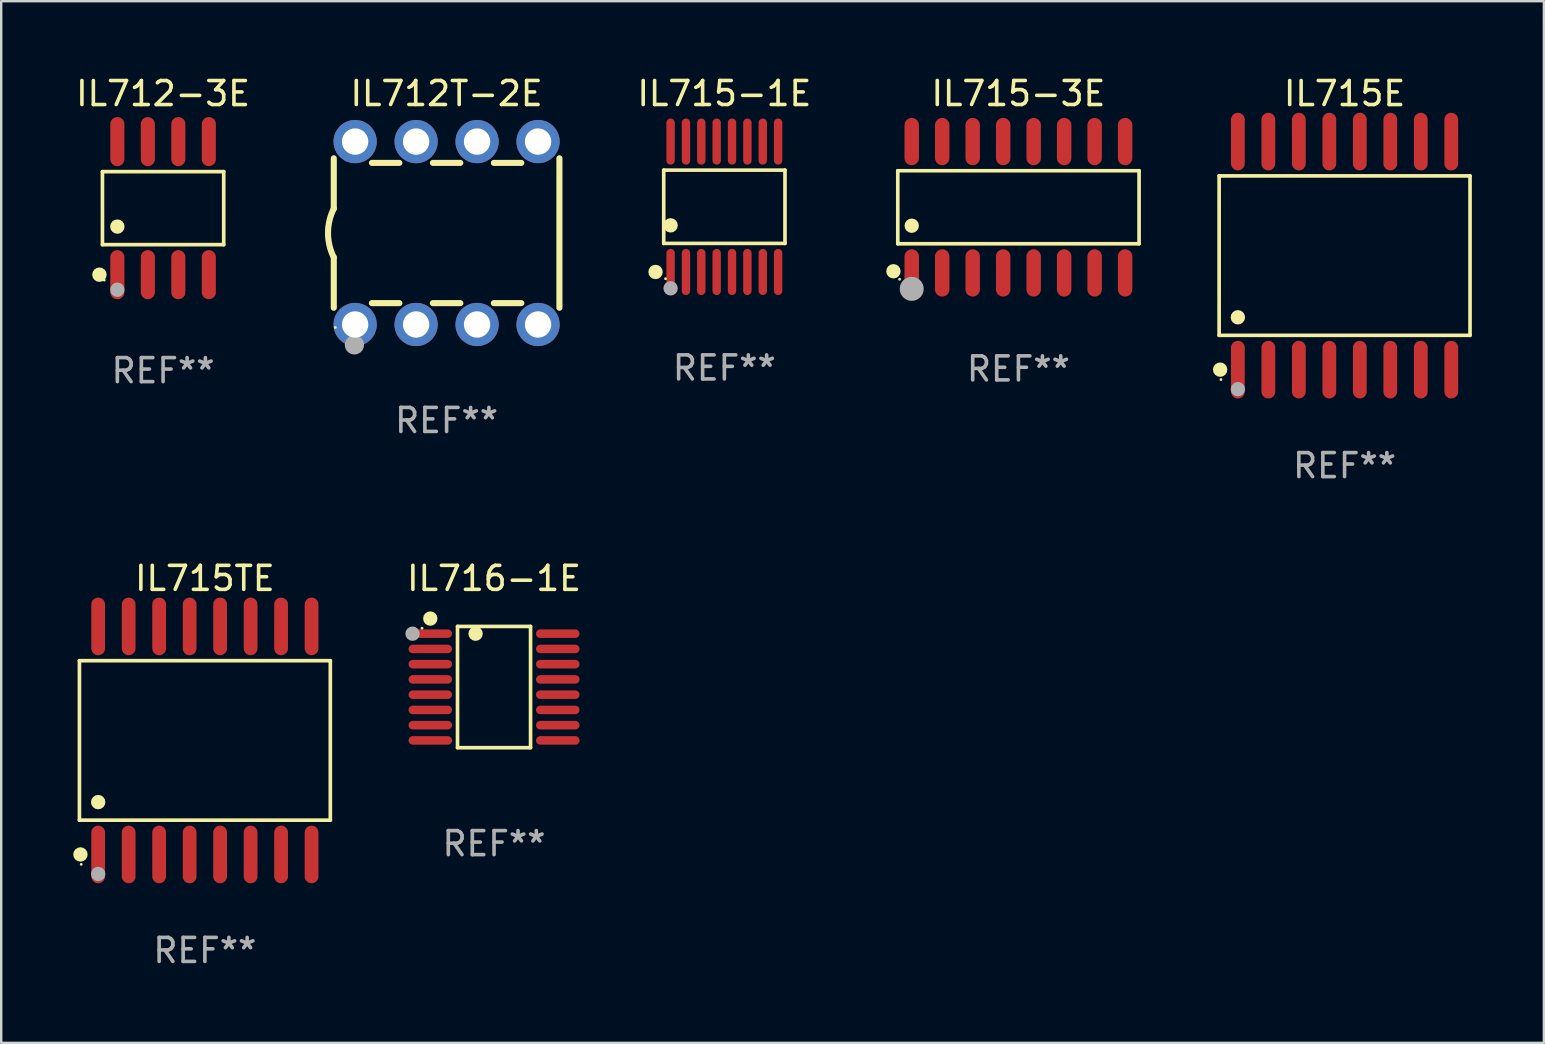
<source format=kicad_pcb>
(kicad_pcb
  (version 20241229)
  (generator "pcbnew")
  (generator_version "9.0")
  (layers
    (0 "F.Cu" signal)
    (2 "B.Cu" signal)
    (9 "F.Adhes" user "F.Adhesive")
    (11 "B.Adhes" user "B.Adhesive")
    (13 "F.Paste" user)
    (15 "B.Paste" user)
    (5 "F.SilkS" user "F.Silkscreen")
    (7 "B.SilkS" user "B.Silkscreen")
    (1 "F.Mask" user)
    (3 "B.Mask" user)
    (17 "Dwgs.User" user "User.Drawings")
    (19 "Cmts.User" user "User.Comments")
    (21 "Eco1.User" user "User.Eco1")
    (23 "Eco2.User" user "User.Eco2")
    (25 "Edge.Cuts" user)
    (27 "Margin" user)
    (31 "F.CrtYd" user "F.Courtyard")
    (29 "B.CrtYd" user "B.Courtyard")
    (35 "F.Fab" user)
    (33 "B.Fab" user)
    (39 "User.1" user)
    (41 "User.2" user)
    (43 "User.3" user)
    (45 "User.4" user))
  (footprint "IL715TE"
    (layer "F.Cu")
    (at 5.485 27.796)
    (property "Reference" "IL715TE" (at 0 -6.75 0) (layer "F.SilkS") (effects (font (size 1 1) (thickness 0.15))))
    (attr through_hole)
    (fp_line (start -5.226 -3.321) (end 5.226 -3.321) (stroke (width 0.152) (type solid)) (layer "F.SilkS"))
    (fp_line (start -5.226 3.321) (end -5.226 -3.321) (stroke (width 0.152) (type solid)) (layer "F.SilkS"))
    (fp_line (start 5.226 -3.321) (end 5.226 3.321) (stroke (width 0.152) (type solid)) (layer "F.SilkS"))
    (fp_line (start 5.226 3.321) (end -5.226 3.321) (stroke (width 0.152) (type solid)) (layer "F.SilkS"))
    (fp_circle (center -5.184 4.75) (end -5.034 4.75) (stroke (width 0.3) (type solid)) (fill no) (layer "F.SilkS"))
    (fp_circle (center -5.15 5.163) (end -5.12 5.163) (stroke (width 0.06) (type solid)) (fill no) (layer "F.SilkS"))
    (fp_circle (center -4.445 2.569) (end -4.295 2.569) (stroke (width 0.3) (type solid)) (fill no) (layer "F.SilkS"))
    (fp_circle (center -4.445 5.563) (end -4.295 5.563) (stroke (width 0.3) (type solid)) (fill no) (layer "F.Fab"))
    (fp_text user "REF**" (at 0 8.75 0) (layer "F.Fab") (effects (font (size 1 1) (thickness 0.15))))
    (pad "1" smd oval (at -4.445 4.75) (size 0.574 2.401) (layers "F.Cu" "F.Mask" "F.Paste"))
    (pad "2" smd oval (at -3.175 4.75) (size 0.574 2.401) (layers "F.Cu" "F.Mask" "F.Paste"))
    (pad "3" smd oval (at -1.905 4.75) (size 0.574 2.401) (layers "F.Cu" "F.Mask" "F.Paste"))
    (pad "4" smd oval (at -0.635 4.75) (size 0.574 2.401) (layers "F.Cu" "F.Mask" "F.Paste"))
    (pad "5" smd oval (at 0.635 4.75) (size 0.574 2.401) (layers "F.Cu" "F.Mask" "F.Paste"))
    (pad "6" smd oval (at 1.905 4.75) (size 0.574 2.401) (layers "F.Cu" "F.Mask" "F.Paste"))
    (pad "7" smd oval (at 3.175 4.75) (size 0.574 2.401) (layers "F.Cu" "F.Mask" "F.Paste"))
    (pad "8" smd oval (at 4.445 4.75) (size 0.574 2.401) (layers "F.Cu" "F.Mask" "F.Paste"))
    (pad "9" smd oval (at 4.445 -4.75) (size 0.574 2.401) (layers "F.Cu" "F.Mask" "F.Paste"))
    (pad "10" smd oval (at 3.175 -4.75) (size 0.574 2.401) (layers "F.Cu" "F.Mask" "F.Paste"))
    (pad "11" smd oval (at 1.905 -4.75) (size 0.574 2.401) (layers "F.Cu" "F.Mask" "F.Paste"))
    (pad "12" smd oval (at 0.635 -4.75) (size 0.574 2.401) (layers "F.Cu" "F.Mask" "F.Paste"))
    (pad "13" smd oval (at -0.635 -4.75) (size 0.574 2.401) (layers "F.Cu" "F.Mask" "F.Paste"))
    (pad "14" smd oval (at -1.905 -4.75) (size 0.574 2.401) (layers "F.Cu" "F.Mask" "F.Paste"))
    (pad "15" smd oval (at -3.175 -4.75) (size 0.574 2.401) (layers "F.Cu" "F.Mask" "F.Paste"))
    (pad "16" smd oval (at -4.445 -4.75) (size 0.574 2.401) (layers "F.Cu" "F.Mask" "F.Paste")))
  (footprint "IL716-1E"
    (layer "F.Cu")
    (at 17.531 25.572)
    (property "Reference" "IL716-1E" (at 0 -4.526 0) (layer "F.SilkS") (effects (font (size 1 1) (thickness 0.15))))
    (attr through_hole)
    (fp_line (start -1.521 -2.526) (end 1.521 -2.526) (stroke (width 0.152) (type solid)) (layer "F.SilkS"))
    (fp_line (start -1.521 2.526) (end -1.521 -2.526) (stroke (width 0.152) (type solid)) (layer "F.SilkS"))
    (fp_line (start 1.521 -2.526) (end 1.521 2.526) (stroke (width 0.152) (type solid)) (layer "F.SilkS"))
    (fp_line (start 1.521 2.526) (end -1.521 2.526) (stroke (width 0.152) (type solid)) (layer "F.SilkS"))
    (fp_circle (center -3 -2.45) (end -2.97 -2.45) (stroke (width 0.06) (type solid)) (fill no) (layer "F.SilkS"))
    (fp_circle (center -2.656 -2.853) (end -2.506 -2.853) (stroke (width 0.3) (type solid)) (fill no) (layer "F.SilkS"))
    (fp_circle (center -0.769 -2.223) (end -0.619 -2.223) (stroke (width 0.3) (type solid)) (fill no) (layer "F.SilkS"))
    (fp_circle (center -3.395 -2.223) (end -3.245 -2.223) (stroke (width 0.3) (type solid)) (fill no) (layer "F.Fab"))
    (fp_text user "REF**" (at 0 6.526 0) (layer "F.Fab") (effects (font (size 1 1) (thickness 0.15))))
    (pad "1" smd oval (at -2.656 -2.223 270) (size 0.356 1.813) (layers "F.Cu" "F.Mask" "F.Paste"))
    (pad "2" smd oval (at -2.656 -1.588 270) (size 0.356 1.813) (layers "F.Cu" "F.Mask" "F.Paste"))
    (pad "3" smd oval (at -2.656 -0.953 270) (size 0.356 1.813) (layers "F.Cu" "F.Mask" "F.Paste"))
    (pad "4" smd oval (at -2.656 -0.318 270) (size 0.356 1.813) (layers "F.Cu" "F.Mask" "F.Paste"))
    (pad "5" smd oval (at -2.656 0.318 270) (size 0.356 1.813) (layers "F.Cu" "F.Mask" "F.Paste"))
    (pad "6" smd oval (at -2.656 0.953 270) (size 0.356 1.813) (layers "F.Cu" "F.Mask" "F.Paste"))
    (pad "7" smd oval (at -2.656 1.588 270) (size 0.356 1.813) (layers "F.Cu" "F.Mask" "F.Paste"))
    (pad "8" smd oval (at -2.656 2.223 270) (size 0.356 1.813) (layers "F.Cu" "F.Mask" "F.Paste"))
    (pad "9" smd oval (at 2.656 2.223 270) (size 0.356 1.813) (layers "F.Cu" "F.Mask" "F.Paste"))
    (pad "10" smd oval (at 2.656 1.588 270) (size 0.356 1.813) (layers "F.Cu" "F.Mask" "F.Paste"))
    (pad "11" smd oval (at 2.656 0.953 270) (size 0.356 1.813) (layers "F.Cu" "F.Mask" "F.Paste"))
    (pad "12" smd oval (at 2.656 0.318 270) (size 0.356 1.813) (layers "F.Cu" "F.Mask" "F.Paste"))
    (pad "13" smd oval (at 2.656 -0.318 270) (size 0.356 1.813) (layers "F.Cu" "F.Mask" "F.Paste"))
    (pad "14" smd oval (at 2.656 -0.953 270) (size 0.356 1.813) (layers "F.Cu" "F.Mask" "F.Paste"))
    (pad "15" smd oval (at 2.656 -1.588 270) (size 0.356 1.813) (layers "F.Cu" "F.Mask" "F.Paste"))
    (pad "16" smd oval (at 2.656 -2.223 270) (size 0.356 1.813) (layers "F.Cu" "F.Mask" "F.Paste")))
  (footprint "IL712T-2E"
    (layer "F.Cu")
    (at 15.555 6.658)
    (property "Reference" "IL712T-2E" (at 0 -5.81 0) (layer "F.SilkS") (effects (font (size 1 1) (thickness 0.15))))
    (attr through_hole)
    (fp_line (start -4.7 -1.017) (end -4.7 -3.113) (stroke (width 0.254) (type solid)) (layer "F.SilkS"))
    (fp_line (start -4.7 1.015) (end -4.7 3.113) (stroke (width 0.254) (type solid)) (layer "F.SilkS"))
    (fp_line (start -3.113 2.92) (end -1.967 2.92) (stroke (width 0.254) (type solid)) (layer "F.SilkS"))
    (fp_line (start -3.111 -2.922) (end -1.969 -2.922) (stroke (width 0.254) (type solid)) (layer "F.SilkS"))
    (fp_line (start -0.573 2.92) (end 0.573 2.92) (stroke (width 0.254) (type solid)) (layer "F.SilkS"))
    (fp_line (start -0.571 -2.922) (end 0.571 -2.922) (stroke (width 0.254) (type solid)) (layer "F.SilkS"))
    (fp_line (start 1.967 2.92) (end 3.113 2.92) (stroke (width 0.254) (type solid)) (layer "F.SilkS"))
    (fp_line (start 1.969 -2.922) (end 3.111 -2.922) (stroke (width 0.254) (type solid)) (layer "F.SilkS"))
    (fp_line (start 4.7 -3.113) (end 4.7 3.113) (stroke (width 0.254) (type solid)) (layer "F.SilkS"))
    (fp_arc (start -4.7 1.01524) (mid -4.939846 -0.000762) (end -4.7 -1.016764) (stroke (width 0.254001) (type solid)) (layer "F.SilkS"))
    (fp_circle (center -4.636 3.935) (end -4.606 3.935) (stroke (width 0.06) (type solid)) (fill no) (layer "F.SilkS"))
    (fp_circle (center -3.84 4.66) (end -3.64 4.66) (stroke (width 0.4) (type solid)) (fill no) (layer "F.Fab"))
    (fp_text user "REF**" (at 0 7.81 0) (layer "F.Fab") (effects (font (size 1 1) (thickness 0.15))))
    (pad "1" thru_hole circle (at -3.81 3.81) (size 1.8 1.8) (drill 1.1) (layers "*.Cu" "*.Mask"))
    (pad "2" thru_hole circle (at -1.27 3.81) (size 1.8 1.8) (drill 1.1) (layers "*.Cu" "*.Mask"))
    (pad "3" thru_hole circle (at 1.27 3.81) (size 1.8 1.8) (drill 1.1) (layers "*.Cu" "*.Mask"))
    (pad "4" thru_hole circle (at 3.81 3.81) (size 1.8 1.8) (drill 1.1) (layers "*.Cu" "*.Mask"))
    (pad "5" thru_hole circle (at 3.81 -3.81) (size 1.8 1.8) (drill 1.1) (layers "*.Cu" "*.Mask"))
    (pad "6" thru_hole circle (at 1.27 -3.81) (size 1.8 1.8) (drill 1.1) (layers "*.Cu" "*.Mask"))
    (pad "7" thru_hole circle (at -1.27 -3.81) (size 1.8 1.8) (drill 1.1) (layers "*.Cu" "*.Mask"))
    (pad "8" thru_hole circle (at -3.81 -3.81) (size 1.8 1.8) (drill 1.1) (layers "*.Cu" "*.Mask")))
  (footprint "IL715E"
    (layer "F.Cu")
    (at 52.964 7.599)
    (property "Reference" "IL715E" (at 0 -6.75 0) (layer "F.SilkS") (effects (font (size 1 1) (thickness 0.15))))
    (attr through_hole)
    (fp_line (start -5.226 -3.321) (end 5.226 -3.321) (stroke (width 0.152) (type solid)) (layer "F.SilkS"))
    (fp_line (start -5.226 3.321) (end -5.226 -3.321) (stroke (width 0.152) (type solid)) (layer "F.SilkS"))
    (fp_line (start 5.226 -3.321) (end 5.226 3.321) (stroke (width 0.152) (type solid)) (layer "F.SilkS"))
    (fp_line (start 5.226 3.321) (end -5.226 3.321) (stroke (width 0.152) (type solid)) (layer "F.SilkS"))
    (fp_circle (center -5.184 4.75) (end -5.034 4.75) (stroke (width 0.3) (type solid)) (fill no) (layer "F.SilkS"))
    (fp_circle (center -5.15 5.163) (end -5.12 5.163) (stroke (width 0.06) (type solid)) (fill no) (layer "F.SilkS"))
    (fp_circle (center -4.445 2.569) (end -4.295 2.569) (stroke (width 0.3) (type solid)) (fill no) (layer "F.SilkS"))
    (fp_circle (center -4.445 5.563) (end -4.295 5.563) (stroke (width 0.3) (type solid)) (fill no) (layer "F.Fab"))
    (fp_text user "REF**" (at 0 8.75 0) (layer "F.Fab") (effects (font (size 1 1) (thickness 0.15))))
    (pad "1" smd oval (at -4.445 4.75) (size 0.574 2.401) (layers "F.Cu" "F.Mask" "F.Paste"))
    (pad "2" smd oval (at -3.175 4.75) (size 0.574 2.401) (layers "F.Cu" "F.Mask" "F.Paste"))
    (pad "3" smd oval (at -1.905 4.75) (size 0.574 2.401) (layers "F.Cu" "F.Mask" "F.Paste"))
    (pad "4" smd oval (at -0.635 4.75) (size 0.574 2.401) (layers "F.Cu" "F.Mask" "F.Paste"))
    (pad "5" smd oval (at 0.635 4.75) (size 0.574 2.401) (layers "F.Cu" "F.Mask" "F.Paste"))
    (pad "6" smd oval (at 1.905 4.75) (size 0.574 2.401) (layers "F.Cu" "F.Mask" "F.Paste"))
    (pad "7" smd oval (at 3.175 4.75) (size 0.574 2.401) (layers "F.Cu" "F.Mask" "F.Paste"))
    (pad "8" smd oval (at 4.445 4.75) (size 0.574 2.401) (layers "F.Cu" "F.Mask" "F.Paste"))
    (pad "9" smd oval (at 4.445 -4.75) (size 0.574 2.401) (layers "F.Cu" "F.Mask" "F.Paste"))
    (pad "10" smd oval (at 3.175 -4.75) (size 0.574 2.401) (layers "F.Cu" "F.Mask" "F.Paste"))
    (pad "11" smd oval (at 1.905 -4.75) (size 0.574 2.401) (layers "F.Cu" "F.Mask" "F.Paste"))
    (pad "12" smd oval (at 0.635 -4.75) (size 0.574 2.401) (layers "F.Cu" "F.Mask" "F.Paste"))
    (pad "13" smd oval (at -0.635 -4.75) (size 0.574 2.401) (layers "F.Cu" "F.Mask" "F.Paste"))
    (pad "14" smd oval (at -1.905 -4.75) (size 0.574 2.401) (layers "F.Cu" "F.Mask" "F.Paste"))
    (pad "15" smd oval (at -3.175 -4.75) (size 0.574 2.401) (layers "F.Cu" "F.Mask" "F.Paste"))
    (pad "16" smd oval (at -4.445 -4.75) (size 0.574 2.401) (layers "F.Cu" "F.Mask" "F.Paste")))
  (footprint "IL715-3E"
    (layer "F.Cu")
    (at 39.377 5.584)
    (property "Reference" "IL715-3E" (at 0 -4.736 0) (layer "F.SilkS") (effects (font (size 1 1) (thickness 0.15))))
    (attr through_hole)
    (fp_line (start -5.026 -1.521) (end 5.026 -1.521) (stroke (width 0.152) (type solid)) (layer "F.SilkS"))
    (fp_line (start -5.026 1.521) (end -5.026 -1.521) (stroke (width 0.152) (type solid)) (layer "F.SilkS"))
    (fp_line (start 5.026 -1.521) (end 5.026 1.521) (stroke (width 0.152) (type solid)) (layer "F.SilkS"))
    (fp_line (start 5.026 1.521) (end -5.026 1.521) (stroke (width 0.152) (type solid)) (layer "F.SilkS"))
    (fp_circle (center -5.207 2.667) (end -5.057 2.667) (stroke (width 0.3) (type solid)) (fill no) (layer "F.SilkS"))
    (fp_circle (center -4.95 3) (end -4.92 3) (stroke (width 0.06) (type solid)) (fill no) (layer "F.SilkS"))
    (fp_circle (center -4.445 0.769) (end -4.295 0.769) (stroke (width 0.3) (type solid)) (fill no) (layer "F.SilkS"))
    (fp_circle (center -4.445 3.4) (end -4.195 3.4) (stroke (width 0.5) (type solid)) (fill no) (layer "F.Fab"))
    (fp_text user "REF**" (at 0 6.736 0) (layer "F.Fab") (effects (font (size 1 1) (thickness 0.15))))
    (pad "1" smd oval (at -4.445 2.736) (size 0.602 1.971) (layers "F.Cu" "F.Mask" "F.Paste"))
    (pad "2" smd oval (at -3.175 2.736) (size 0.602 1.971) (layers "F.Cu" "F.Mask" "F.Paste"))
    (pad "3" smd oval (at -1.905 2.736) (size 0.602 1.971) (layers "F.Cu" "F.Mask" "F.Paste"))
    (pad "4" smd oval (at -0.635 2.736) (size 0.602 1.971) (layers "F.Cu" "F.Mask" "F.Paste"))
    (pad "5" smd oval (at 0.635 2.736) (size 0.602 1.971) (layers "F.Cu" "F.Mask" "F.Paste"))
    (pad "6" smd oval (at 1.905 2.736) (size 0.602 1.971) (layers "F.Cu" "F.Mask" "F.Paste"))
    (pad "7" smd oval (at 3.175 2.736) (size 0.602 1.971) (layers "F.Cu" "F.Mask" "F.Paste"))
    (pad "8" smd oval (at 4.445 2.736) (size 0.602 1.971) (layers "F.Cu" "F.Mask" "F.Paste"))
    (pad "9" smd oval (at 4.445 -2.736) (size 0.602 1.971) (layers "F.Cu" "F.Mask" "F.Paste"))
    (pad "10" smd oval (at 3.175 -2.736) (size 0.602 1.971) (layers "F.Cu" "F.Mask" "F.Paste"))
    (pad "11" smd oval (at 1.905 -2.736) (size 0.602 1.971) (layers "F.Cu" "F.Mask" "F.Paste"))
    (pad "12" smd oval (at 0.635 -2.736) (size 0.602 1.971) (layers "F.Cu" "F.Mask" "F.Paste"))
    (pad "13" smd oval (at -0.635 -2.736) (size 0.602 1.971) (layers "F.Cu" "F.Mask" "F.Paste"))
    (pad "14" smd oval (at -1.905 -2.736) (size 0.602 1.971) (layers "F.Cu" "F.Mask" "F.Paste"))
    (pad "15" smd oval (at -3.175 -2.736) (size 0.602 1.971) (layers "F.Cu" "F.Mask" "F.Paste"))
    (pad "16" smd oval (at -4.445 -2.736) (size 0.602 1.971) (layers "F.Cu" "F.Mask" "F.Paste")))
  (footprint "IL712-3E"
    (layer "F.Cu")
    (at 3.744 5.621)
    (property "Reference" "IL712-3E" (at 0 -4.772 0) (layer "F.SilkS") (effects (font (size 1 1) (thickness 0.15))))
    (attr through_hole)
    (fp_line (start -2.526 -1.521) (end 2.526 -1.521) (stroke (width 0.152) (type solid)) (layer "F.SilkS"))
    (fp_line (start -2.526 1.521) (end -2.526 -1.521) (stroke (width 0.152) (type solid)) (layer "F.SilkS"))
    (fp_line (start 2.526 -1.521) (end 2.526 1.521) (stroke (width 0.152) (type solid)) (layer "F.SilkS"))
    (fp_line (start 2.526 1.521) (end -2.526 1.521) (stroke (width 0.152) (type solid)) (layer "F.SilkS"))
    (fp_circle (center -2.652 2.772) (end -2.501 2.772) (stroke (width 0.3) (type solid)) (fill no) (layer "F.SilkS"))
    (fp_circle (center -2.45 3) (end -2.42 3) (stroke (width 0.06) (type solid)) (fill no) (layer "F.SilkS"))
    (fp_circle (center -1.905 0.769) (end -1.755 0.769) (stroke (width 0.3) (type solid)) (fill no) (layer "F.SilkS"))
    (fp_circle (center -1.905 3.4) (end -1.755 3.4) (stroke (width 0.3) (type solid)) (fill no) (layer "F.Fab"))
    (fp_text user "REF**" (at 0 6.772 0) (layer "F.Fab") (effects (font (size 1 1) (thickness 0.15))))
    (pad "1" smd oval (at -1.905 2.772) (size 0.588 2.045) (layers "F.Cu" "F.Mask" "F.Paste"))
    (pad "2" smd oval (at -0.635 2.772) (size 0.588 2.045) (layers "F.Cu" "F.Mask" "F.Paste"))
    (pad "3" smd oval (at 0.635 2.772) (size 0.588 2.045) (layers "F.Cu" "F.Mask" "F.Paste"))
    (pad "4" smd oval (at 1.905 2.772) (size 0.588 2.045) (layers "F.Cu" "F.Mask" "F.Paste"))
    (pad "5" smd oval (at 1.905 -2.772) (size 0.588 2.045) (layers "F.Cu" "F.Mask" "F.Paste"))
    (pad "6" smd oval (at 0.635 -2.772) (size 0.588 2.045) (layers "F.Cu" "F.Mask" "F.Paste"))
    (pad "7" smd oval (at -0.635 -2.772) (size 0.588 2.045) (layers "F.Cu" "F.Mask" "F.Paste"))
    (pad "8" smd oval (at -1.905 -2.772) (size 0.588 2.045) (layers "F.Cu" "F.Mask" "F.Paste")))
  (footprint "IL715-1E"
    (layer "F.Cu")
    (at 27.126 5.564)
    (property "Reference" "IL715-1E" (at 0 -4.716 0) (layer "F.SilkS") (effects (font (size 1 1) (thickness 0.15))))
    (attr through_hole)
    (fp_line (start -2.526 -1.526) (end 2.526 -1.526) (stroke (width 0.152) (type solid)) (layer "F.SilkS"))
    (fp_line (start -2.526 1.526) (end -2.526 -1.526) (stroke (width 0.152) (type solid)) (layer "F.SilkS"))
    (fp_line (start 2.526 -1.526) (end 2.526 1.526) (stroke (width 0.152) (type solid)) (layer "F.SilkS"))
    (fp_line (start 2.526 1.526) (end -2.526 1.526) (stroke (width 0.152) (type solid)) (layer "F.SilkS"))
    (fp_circle (center -2.867 2.716) (end -2.717 2.716) (stroke (width 0.3) (type solid)) (fill no) (layer "F.SilkS"))
    (fp_circle (center -2.45 2.997) (end -2.42 2.997) (stroke (width 0.06) (type solid)) (fill no) (layer "F.SilkS"))
    (fp_circle (center -2.24 0.774) (end -2.09 0.774) (stroke (width 0.3) (type solid)) (fill no) (layer "F.SilkS"))
    (fp_circle (center -2.24 3.398) (end -2.09 3.398) (stroke (width 0.3) (type solid)) (fill no) (layer "F.Fab"))
    (fp_text user "REF**" (at 0 6.716 0) (layer "F.Fab") (effects (font (size 1 1) (thickness 0.15))))
    (pad "1" smd oval (at -2.24 2.716) (size 0.35 1.922) (layers "F.Cu" "F.Mask" "F.Paste"))
    (pad "2" smd oval (at -1.6 2.716) (size 0.35 1.922) (layers "F.Cu" "F.Mask" "F.Paste"))
    (pad "3" smd oval (at -0.96 2.716) (size 0.35 1.922) (layers "F.Cu" "F.Mask" "F.Paste"))
    (pad "4" smd oval (at -0.32 2.716) (size 0.35 1.922) (layers "F.Cu" "F.Mask" "F.Paste"))
    (pad "5" smd oval (at 0.32 2.716) (size 0.35 1.922) (layers "F.Cu" "F.Mask" "F.Paste"))
    (pad "6" smd oval (at 0.96 2.716) (size 0.35 1.922) (layers "F.Cu" "F.Mask" "F.Paste"))
    (pad "7" smd oval (at 1.6 2.716) (size 0.35 1.922) (layers "F.Cu" "F.Mask" "F.Paste"))
    (pad "8" smd oval (at 2.24 2.716) (size 0.35 1.922) (layers "F.Cu" "F.Mask" "F.Paste"))
    (pad "9" smd oval (at 2.24 -2.716) (size 0.35 1.922) (layers "F.Cu" "F.Mask" "F.Paste"))
    (pad "10" smd oval (at 1.6 -2.716) (size 0.35 1.922) (layers "F.Cu" "F.Mask" "F.Paste"))
    (pad "11" smd oval (at 0.96 -2.716) (size 0.35 1.922) (layers "F.Cu" "F.Mask" "F.Paste"))
    (pad "12" smd oval (at 0.32 -2.716) (size 0.35 1.922) (layers "F.Cu" "F.Mask" "F.Paste"))
    (pad "13" smd oval (at -0.32 -2.716) (size 0.35 1.922) (layers "F.Cu" "F.Mask" "F.Paste"))
    (pad "14" smd oval (at -0.96 -2.716) (size 0.35 1.922) (layers "F.Cu" "F.Mask" "F.Paste"))
    (pad "15" smd oval (at -1.6 -2.716) (size 0.35 1.922) (layers "F.Cu" "F.Mask" "F.Paste"))
    (pad "16" smd oval (at -2.24 -2.716) (size 0.35 1.922) (layers "F.Cu" "F.Mask" "F.Paste")))
  (gr_rect
    (start -3 -3)
    (end 61.267 40.394)
    (stroke (width 0.1) (type default))
    (fill no)
    (layer "Edge.Cuts")))
</source>
